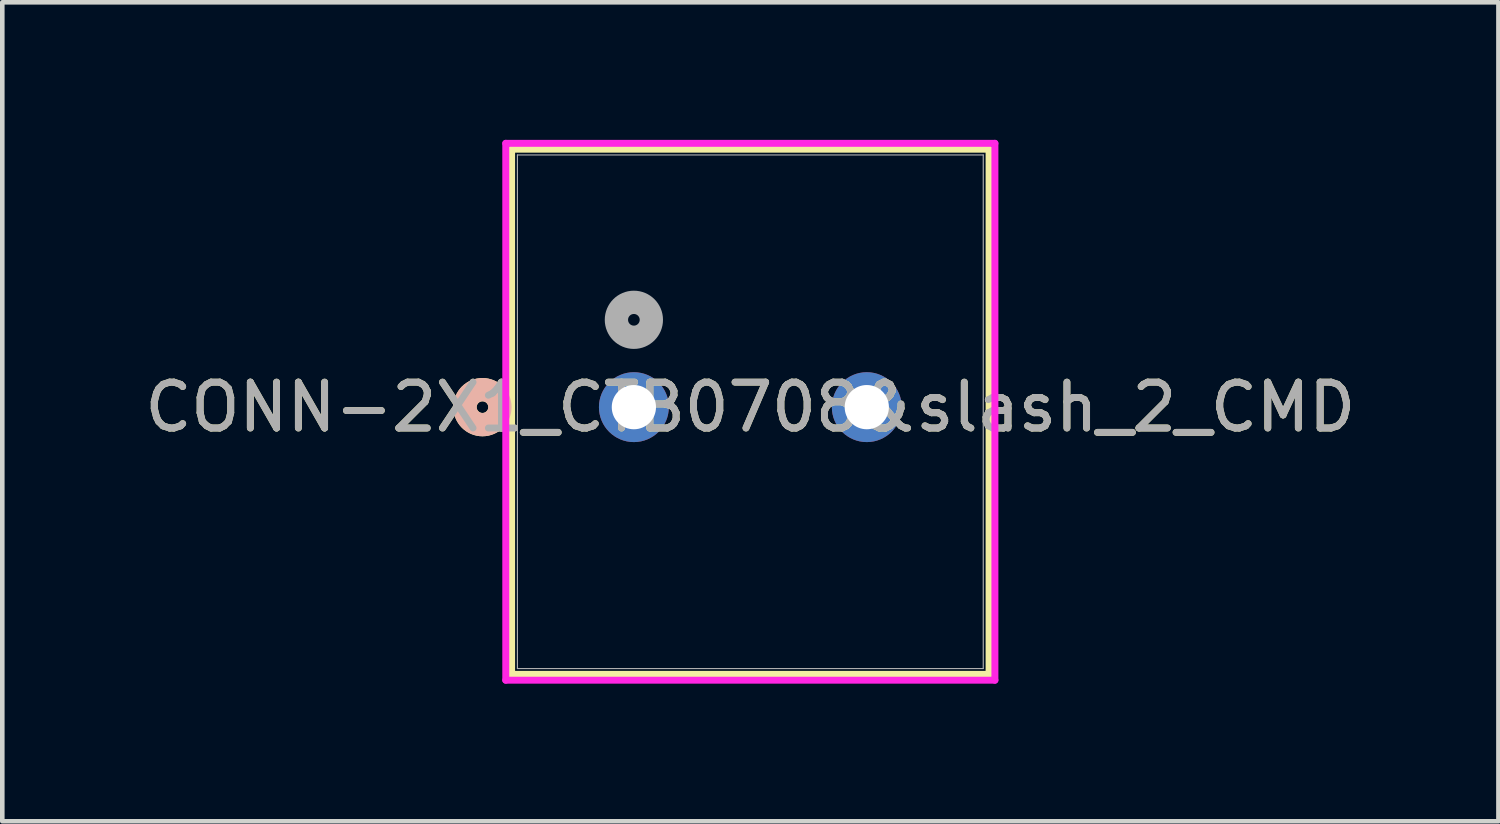
<source format=kicad_pcb>
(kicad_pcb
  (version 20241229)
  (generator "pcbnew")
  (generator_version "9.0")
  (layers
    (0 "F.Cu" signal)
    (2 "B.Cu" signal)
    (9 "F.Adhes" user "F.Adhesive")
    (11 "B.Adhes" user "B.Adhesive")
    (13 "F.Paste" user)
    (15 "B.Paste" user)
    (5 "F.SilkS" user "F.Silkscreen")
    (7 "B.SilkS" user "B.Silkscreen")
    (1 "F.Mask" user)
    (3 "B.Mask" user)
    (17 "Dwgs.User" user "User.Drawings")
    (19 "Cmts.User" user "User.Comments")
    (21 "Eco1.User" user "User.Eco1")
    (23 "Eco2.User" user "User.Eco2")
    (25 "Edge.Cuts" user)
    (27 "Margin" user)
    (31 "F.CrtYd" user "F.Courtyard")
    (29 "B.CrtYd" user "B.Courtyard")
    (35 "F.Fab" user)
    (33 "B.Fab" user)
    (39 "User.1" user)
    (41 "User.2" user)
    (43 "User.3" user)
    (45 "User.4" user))
  (footprint "CONN-2X1_CTB0708&slash_2_CMD"
    (layer "F.Cu")
    (at 10.775 5.83)
    (property "Reference" "CONN-2X1_CTB0708&slash_2_CMD" (at 2.54 0 0) (unlocked yes) (layer "F.SilkS") (effects (font (size 1 1) (thickness 0.15))))
    (attr through_hole)
    (fp_line (start -2.667 -5.627) (end -2.667 5.828) (stroke (width 0.152) (type solid)) (layer "F.SilkS"))
    (fp_line (start -2.667 5.828) (end 7.747 5.828) (stroke (width 0.152) (type solid)) (layer "F.SilkS"))
    (fp_line (start 7.747 -5.627) (end -2.667 -5.627) (stroke (width 0.152) (type solid)) (layer "F.SilkS"))
    (fp_line (start 7.747 5.828) (end 7.747 -5.627) (stroke (width 0.152) (type solid)) (layer "F.SilkS"))
    (fp_circle (center -3.302 0) (end -2.921 0) (stroke (width 0.508) (type solid)) (fill no) (layer "F.SilkS"))
    (fp_circle (center -3.302 0) (end -2.921 0) (stroke (width 0.508) (type solid)) (fill no) (layer "B.SilkS"))
    (fp_line (start -2.794 -5.754) (end -2.794 5.955) (stroke (width 0.152) (type solid)) (layer "F.CrtYd"))
    (fp_line (start -2.794 5.955) (end 7.874 5.955) (stroke (width 0.152) (type solid)) (layer "F.CrtYd"))
    (fp_line (start 7.874 -5.754) (end -2.794 -5.754) (stroke (width 0.152) (type solid)) (layer "F.CrtYd"))
    (fp_line (start 7.874 5.955) (end 7.874 -5.754) (stroke (width 0.152) (type solid)) (layer "F.CrtYd"))
    (fp_line (start -2.54 -5.5) (end -2.54 5.701) (stroke (width 0.025) (type solid)) (layer "F.Fab"))
    (fp_line (start -2.54 5.701) (end 7.62 5.701) (stroke (width 0.025) (type solid)) (layer "F.Fab"))
    (fp_line (start 7.62 -5.5) (end -2.54 -5.5) (stroke (width 0.025) (type solid)) (layer "F.Fab"))
    (fp_line (start 7.62 5.701) (end 7.62 -5.5) (stroke (width 0.025) (type solid)) (layer "F.Fab"))
    (fp_circle (center 0 -1.905) (end 0.381 -1.905) (stroke (width 0.508) (type solid)) (fill no) (layer "F.Fab"))
    (fp_text user "${REFERENCE}" (at 2.54 0 0) (unlocked yes) (layer "F.Fab") (effects (font (size 1 1) (thickness 0.15))))
    (pad "1" thru_hole circle (at 0 0) (size 1.524 1.524) (drill 0.965) (layers "*.Cu" "*.Mask"))
    (pad "2" thru_hole circle (at 5.08 0) (size 1.524 1.524) (drill 0.965) (layers "*.Cu" "*.Mask")))
  (gr_rect
    (start -3 -3)
    (end 29.631 14.862)
    (stroke (width 0.1) (type default))
    (fill no)
    (layer "Edge.Cuts")))
</source>
